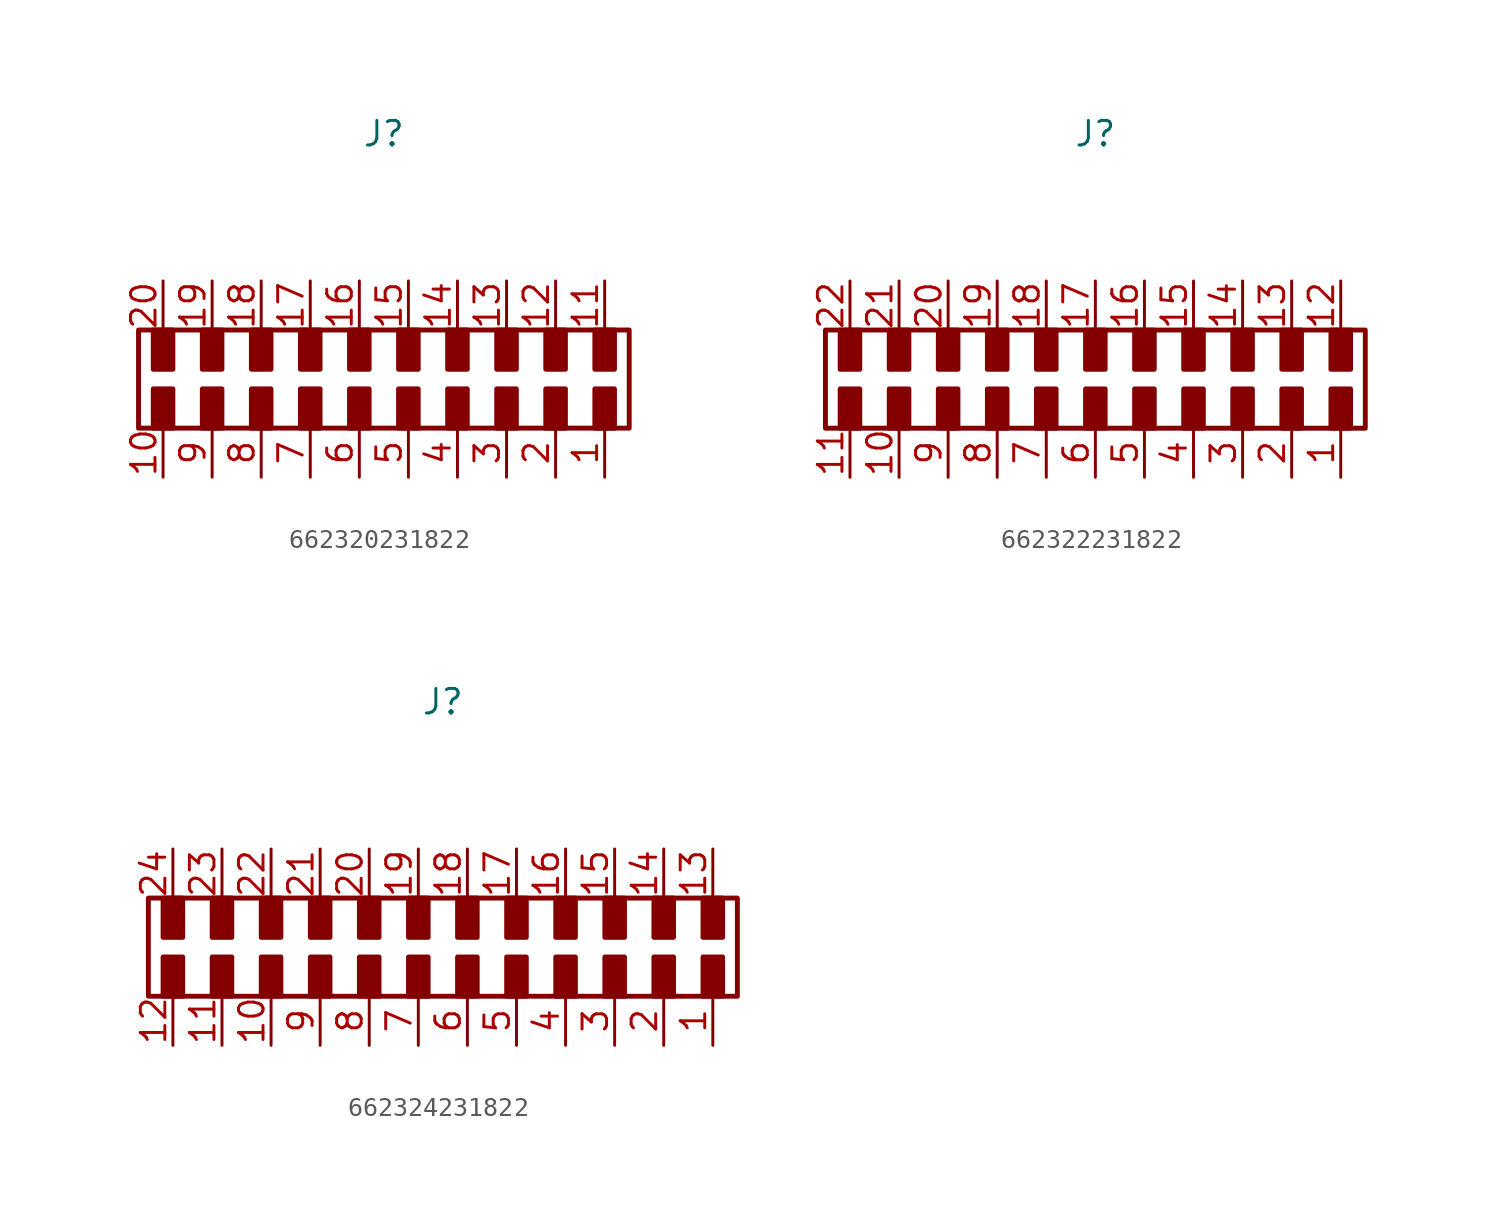
<source format=kicad_sym>
(kicad_symbol_lib
  (version 20241209)
  (generator "kicad_symbol_editor")
  (generator_version "9.0")
  (symbol "662320231822"
    (pin_names
      (hide yes))
    (property "Reference" "J"
      (at 0 12.7 0)
      (effects (font (size 1.27 1.27))))
    (symbol "662320231822_1_1"
      (rectangle (start -12.7 2.54) (end 12.7 -2.54) (stroke (width 0.254) (type solid)) (fill (type none)))
      (rectangle (start -11.938 2.54) (end -10.922 0.508) (stroke (width 0.254) (type solid)) (fill (type outline)))
      (rectangle (start -11.938 -0.508) (end -10.922 -2.54) (stroke (width 0.254) (type solid)) (fill (type outline)))
      (rectangle (start -9.398 2.54) (end -8.382 0.508) (stroke (width 0.254) (type solid)) (fill (type outline)))
      (rectangle (start -9.398 -0.508) (end -8.382 -2.54) (stroke (width 0.254) (type solid)) (fill (type outline)))
      (rectangle (start -6.858 2.54) (end -5.842 0.508) (stroke (width 0.254) (type solid)) (fill (type outline)))
      (rectangle (start -6.858 -0.508) (end -5.842 -2.54) (stroke (width 0.254) (type solid)) (fill (type outline)))
      (rectangle (start -4.318 2.54) (end -3.302 0.508) (stroke (width 0.254) (type solid)) (fill (type outline)))
      (rectangle (start -4.318 -0.508) (end -3.302 -2.54) (stroke (width 0.254) (type solid)) (fill (type outline)))
      (rectangle (start -1.778 2.54) (end -0.762 0.508) (stroke (width 0.254) (type solid)) (fill (type outline)))
      (rectangle (start -1.778 -0.508) (end -0.762 -2.54) (stroke (width 0.254) (type solid)) (fill (type outline)))
      (rectangle (start 0.762 2.54) (end 1.778 0.508) (stroke (width 0.254) (type solid)) (fill (type outline)))
      (rectangle (start 0.762 -0.508) (end 1.778 -2.54) (stroke (width 0.254) (type solid)) (fill (type outline)))
      (rectangle (start 3.302 2.54) (end 4.318 0.508) (stroke (width 0.254) (type solid)) (fill (type outline)))
      (rectangle (start 3.302 -0.508) (end 4.318 -2.54) (stroke (width 0.254) (type solid)) (fill (type outline)))
      (rectangle (start 5.842 2.54) (end 6.858 0.508) (stroke (width 0.254) (type solid)) (fill (type outline)))
      (rectangle (start 5.842 -0.508) (end 6.858 -2.54) (stroke (width 0.254) (type solid)) (fill (type outline)))
      (rectangle (start 8.382 2.54) (end 9.398 0.508) (stroke (width 0.254) (type solid)) (fill (type outline)))
      (rectangle (start 8.382 -0.508) (end 9.398 -2.54) (stroke (width 0.254) (type solid)) (fill (type outline)))
      (rectangle (start 10.922 2.54) (end 11.938 0.508) (stroke (width 0.254) (type solid)) (fill (type outline)))
      (rectangle (start 10.922 -0.508) (end 11.938 -2.54) (stroke (width 0.254) (type solid)) (fill (type outline)))
      (pin passive line (at -11.43 5.08 270) (length 2.54) (name "20" (effects (font (size 1.27 1.27)))) (number "20" (effects (font (size 1.27 1.27)))))
      (pin passive line (at -11.43 -5.08 90) (length 2.54) (name "10" (effects (font (size 1.27 1.27)))) (number "10" (effects (font (size 1.27 1.27)))))
      (pin passive line (at -8.89 5.08 270) (length 2.54) (name "19" (effects (font (size 1.27 1.27)))) (number "19" (effects (font (size 1.27 1.27)))))
      (pin passive line (at -8.89 -5.08 90) (length 2.54) (name "9" (effects (font (size 1.27 1.27)))) (number "9" (effects (font (size 1.27 1.27)))))
      (pin passive line (at -6.35 5.08 270) (length 2.54) (name "18" (effects (font (size 1.27 1.27)))) (number "18" (effects (font (size 1.27 1.27)))))
      (pin passive line (at -6.35 -5.08 90) (length 2.54) (name "8" (effects (font (size 1.27 1.27)))) (number "8" (effects (font (size 1.27 1.27)))))
      (pin passive line (at -3.81 5.08 270) (length 2.54) (name "17" (effects (font (size 1.27 1.27)))) (number "17" (effects (font (size 1.27 1.27)))))
      (pin passive line (at -3.81 -5.08 90) (length 2.54) (name "7" (effects (font (size 1.27 1.27)))) (number "7" (effects (font (size 1.27 1.27)))))
      (pin passive line (at -1.27 5.08 270) (length 2.54) (name "16" (effects (font (size 1.27 1.27)))) (number "16" (effects (font (size 1.27 1.27)))))
      (pin passive line (at -1.27 -5.08 90) (length 2.54) (name "6" (effects (font (size 1.27 1.27)))) (number "6" (effects (font (size 1.27 1.27)))))
      (pin passive line (at 1.27 5.08 270) (length 2.54) (name "15" (effects (font (size 1.27 1.27)))) (number "15" (effects (font (size 1.27 1.27)))))
      (pin passive line (at 1.27 -5.08 90) (length 2.54) (name "5" (effects (font (size 1.27 1.27)))) (number "5" (effects (font (size 1.27 1.27)))))
      (pin passive line (at 3.81 5.08 270) (length 2.54) (name "14" (effects (font (size 1.27 1.27)))) (number "14" (effects (font (size 1.27 1.27)))))
      (pin passive line (at 3.81 -5.08 90) (length 2.54) (name "4" (effects (font (size 1.27 1.27)))) (number "4" (effects (font (size 1.27 1.27)))))
      (pin passive line (at 6.35 5.08 270) (length 2.54) (name "13" (effects (font (size 1.27 1.27)))) (number "13" (effects (font (size 1.27 1.27)))))
      (pin passive line (at 6.35 -5.08 90) (length 2.54) (name "3" (effects (font (size 1.27 1.27)))) (number "3" (effects (font (size 1.27 1.27)))))
      (pin passive line (at 8.89 5.08 270) (length 2.54) (name "12" (effects (font (size 1.27 1.27)))) (number "12" (effects (font (size 1.27 1.27)))))
      (pin passive line (at 8.89 -5.08 90) (length 2.54) (name "2" (effects (font (size 1.27 1.27)))) (number "2" (effects (font (size 1.27 1.27)))))
      (pin passive line (at 11.43 5.08 270) (length 2.54) (name "11" (effects (font (size 1.27 1.27)))) (number "11" (effects (font (size 1.27 1.27)))))
      (pin passive line (at 11.43 -5.08 90) (length 2.54) (name "1" (effects (font (size 1.27 1.27)))) (number "1" (effects (font (size 1.27 1.27)))))))
  (symbol "662322231822"
    (pin_names
      (hide yes))
    (property "Reference" "J"
      (at 0 12.7 0)
      (effects (font (size 1.27 1.27))))
    (symbol "662322231822_1_1"
      (rectangle (start -13.97 2.54) (end 13.97 -2.54) (stroke (width 0.254) (type solid)) (fill (type none)))
      (rectangle (start -13.208 2.54) (end -12.192 0.508) (stroke (width 0.254) (type solid)) (fill (type outline)))
      (rectangle (start -13.208 -0.508) (end -12.192 -2.54) (stroke (width 0.254) (type solid)) (fill (type outline)))
      (rectangle (start -10.668 2.54) (end -9.652 0.508) (stroke (width 0.254) (type solid)) (fill (type outline)))
      (rectangle (start -10.668 -0.508) (end -9.652 -2.54) (stroke (width 0.254) (type solid)) (fill (type outline)))
      (rectangle (start -8.128 2.54) (end -7.112 0.508) (stroke (width 0.254) (type solid)) (fill (type outline)))
      (rectangle (start -8.128 -0.508) (end -7.112 -2.54) (stroke (width 0.254) (type solid)) (fill (type outline)))
      (rectangle (start -5.588 2.54) (end -4.572 0.508) (stroke (width 0.254) (type solid)) (fill (type outline)))
      (rectangle (start -5.588 -0.508) (end -4.572 -2.54) (stroke (width 0.254) (type solid)) (fill (type outline)))
      (rectangle (start -3.048 2.54) (end -2.032 0.508) (stroke (width 0.254) (type solid)) (fill (type outline)))
      (rectangle (start -3.048 -0.508) (end -2.032 -2.54) (stroke (width 0.254) (type solid)) (fill (type outline)))
      (rectangle (start -0.508 2.54) (end 0.508 0.508) (stroke (width 0.254) (type solid)) (fill (type outline)))
      (rectangle (start -0.508 -0.508) (end 0.508 -2.54) (stroke (width 0.254) (type solid)) (fill (type outline)))
      (rectangle (start 2.032 2.54) (end 3.048 0.508) (stroke (width 0.254) (type solid)) (fill (type outline)))
      (rectangle (start 2.032 -0.508) (end 3.048 -2.54) (stroke (width 0.254) (type solid)) (fill (type outline)))
      (rectangle (start 4.572 2.54) (end 5.588 0.508) (stroke (width 0.254) (type solid)) (fill (type outline)))
      (rectangle (start 4.572 -0.508) (end 5.588 -2.54) (stroke (width 0.254) (type solid)) (fill (type outline)))
      (rectangle (start 7.112 2.54) (end 8.128 0.508) (stroke (width 0.254) (type solid)) (fill (type outline)))
      (rectangle (start 7.112 -0.508) (end 8.128 -2.54) (stroke (width 0.254) (type solid)) (fill (type outline)))
      (rectangle (start 9.652 2.54) (end 10.668 0.508) (stroke (width 0.254) (type solid)) (fill (type outline)))
      (rectangle (start 9.652 -0.508) (end 10.668 -2.54) (stroke (width 0.254) (type solid)) (fill (type outline)))
      (rectangle (start 12.192 2.54) (end 13.208 0.508) (stroke (width 0.254) (type solid)) (fill (type outline)))
      (rectangle (start 12.192 -0.508) (end 13.208 -2.54) (stroke (width 0.254) (type solid)) (fill (type outline)))
      (pin passive line (at -12.7 5.08 270) (length 2.54) (name "22" (effects (font (size 1.27 1.27)))) (number "22" (effects (font (size 1.27 1.27)))))
      (pin passive line (at -12.7 -5.08 90) (length 2.54) (name "11" (effects (font (size 1.27 1.27)))) (number "11" (effects (font (size 1.27 1.27)))))
      (pin passive line (at -10.16 5.08 270) (length 2.54) (name "21" (effects (font (size 1.27 1.27)))) (number "21" (effects (font (size 1.27 1.27)))))
      (pin passive line (at -10.16 -5.08 90) (length 2.54) (name "10" (effects (font (size 1.27 1.27)))) (number "10" (effects (font (size 1.27 1.27)))))
      (pin passive line (at -7.62 5.08 270) (length 2.54) (name "20" (effects (font (size 1.27 1.27)))) (number "20" (effects (font (size 1.27 1.27)))))
      (pin passive line (at -7.62 -5.08 90) (length 2.54) (name "9" (effects (font (size 1.27 1.27)))) (number "9" (effects (font (size 1.27 1.27)))))
      (pin passive line (at -5.08 5.08 270) (length 2.54) (name "19" (effects (font (size 1.27 1.27)))) (number "19" (effects (font (size 1.27 1.27)))))
      (pin passive line (at -5.08 -5.08 90) (length 2.54) (name "8" (effects (font (size 1.27 1.27)))) (number "8" (effects (font (size 1.27 1.27)))))
      (pin passive line (at -2.54 5.08 270) (length 2.54) (name "18" (effects (font (size 1.27 1.27)))) (number "18" (effects (font (size 1.27 1.27)))))
      (pin passive line (at -2.54 -5.08 90) (length 2.54) (name "7" (effects (font (size 1.27 1.27)))) (number "7" (effects (font (size 1.27 1.27)))))
      (pin passive line (at 0 5.08 270) (length 2.54) (name "17" (effects (font (size 1.27 1.27)))) (number "17" (effects (font (size 1.27 1.27)))))
      (pin passive line (at 0 -5.08 90) (length 2.54) (name "6" (effects (font (size 1.27 1.27)))) (number "6" (effects (font (size 1.27 1.27)))))
      (pin passive line (at 2.54 5.08 270) (length 2.54) (name "16" (effects (font (size 1.27 1.27)))) (number "16" (effects (font (size 1.27 1.27)))))
      (pin passive line (at 2.54 -5.08 90) (length 2.54) (name "5" (effects (font (size 1.27 1.27)))) (number "5" (effects (font (size 1.27 1.27)))))
      (pin passive line (at 5.08 5.08 270) (length 2.54) (name "15" (effects (font (size 1.27 1.27)))) (number "15" (effects (font (size 1.27 1.27)))))
      (pin passive line (at 5.08 -5.08 90) (length 2.54) (name "4" (effects (font (size 1.27 1.27)))) (number "4" (effects (font (size 1.27 1.27)))))
      (pin passive line (at 7.62 5.08 270) (length 2.54) (name "14" (effects (font (size 1.27 1.27)))) (number "14" (effects (font (size 1.27 1.27)))))
      (pin passive line (at 7.62 -5.08 90) (length 2.54) (name "3" (effects (font (size 1.27 1.27)))) (number "3" (effects (font (size 1.27 1.27)))))
      (pin passive line (at 10.16 5.08 270) (length 2.54) (name "13" (effects (font (size 1.27 1.27)))) (number "13" (effects (font (size 1.27 1.27)))))
      (pin passive line (at 10.16 -5.08 90) (length 2.54) (name "2" (effects (font (size 1.27 1.27)))) (number "2" (effects (font (size 1.27 1.27)))))
      (pin passive line (at 12.7 5.08 270) (length 2.54) (name "12" (effects (font (size 1.27 1.27)))) (number "12" (effects (font (size 1.27 1.27)))))
      (pin passive line (at 12.7 -5.08 90) (length 2.54) (name "1" (effects (font (size 1.27 1.27)))) (number "1" (effects (font (size 1.27 1.27)))))))
  (symbol "662324231822"
    (pin_names
      (hide yes))
    (property "Reference" "J"
      (at 0 12.7 0)
      (effects (font (size 1.27 1.27))))
    (symbol "662324231822_1_1"
      (rectangle (start -15.24 2.54) (end 15.24 -2.54) (stroke (width 0.254) (type solid)) (fill (type none)))
      (rectangle (start -14.478 2.54) (end -13.462 0.508) (stroke (width 0.254) (type solid)) (fill (type outline)))
      (rectangle (start -14.478 -0.508) (end -13.462 -2.54) (stroke (width 0.254) (type solid)) (fill (type outline)))
      (rectangle (start -11.938 2.54) (end -10.922 0.508) (stroke (width 0.254) (type solid)) (fill (type outline)))
      (rectangle (start -11.938 -0.508) (end -10.922 -2.54) (stroke (width 0.254) (type solid)) (fill (type outline)))
      (rectangle (start -9.398 2.54) (end -8.382 0.508) (stroke (width 0.254) (type solid)) (fill (type outline)))
      (rectangle (start -9.398 -0.508) (end -8.382 -2.54) (stroke (width 0.254) (type solid)) (fill (type outline)))
      (rectangle (start -6.858 2.54) (end -5.842 0.508) (stroke (width 0.254) (type solid)) (fill (type outline)))
      (rectangle (start -6.858 -0.508) (end -5.842 -2.54) (stroke (width 0.254) (type solid)) (fill (type outline)))
      (rectangle (start -4.318 2.54) (end -3.302 0.508) (stroke (width 0.254) (type solid)) (fill (type outline)))
      (rectangle (start -4.318 -0.508) (end -3.302 -2.54) (stroke (width 0.254) (type solid)) (fill (type outline)))
      (rectangle (start -1.778 2.54) (end -0.762 0.508) (stroke (width 0.254) (type solid)) (fill (type outline)))
      (rectangle (start -1.778 -0.508) (end -0.762 -2.54) (stroke (width 0.254) (type solid)) (fill (type outline)))
      (rectangle (start 0.762 2.54) (end 1.778 0.508) (stroke (width 0.254) (type solid)) (fill (type outline)))
      (rectangle (start 0.762 -0.508) (end 1.778 -2.54) (stroke (width 0.254) (type solid)) (fill (type outline)))
      (rectangle (start 3.302 2.54) (end 4.318 0.508) (stroke (width 0.254) (type solid)) (fill (type outline)))
      (rectangle (start 3.302 -0.508) (end 4.318 -2.54) (stroke (width 0.254) (type solid)) (fill (type outline)))
      (rectangle (start 5.842 2.54) (end 6.858 0.508) (stroke (width 0.254) (type solid)) (fill (type outline)))
      (rectangle (start 5.842 -0.508) (end 6.858 -2.54) (stroke (width 0.254) (type solid)) (fill (type outline)))
      (rectangle (start 8.382 2.54) (end 9.398 0.508) (stroke (width 0.254) (type solid)) (fill (type outline)))
      (rectangle (start 8.382 -0.508) (end 9.398 -2.54) (stroke (width 0.254) (type solid)) (fill (type outline)))
      (rectangle (start 10.922 2.54) (end 11.938 0.508) (stroke (width 0.254) (type solid)) (fill (type outline)))
      (rectangle (start 10.922 -0.508) (end 11.938 -2.54) (stroke (width 0.254) (type solid)) (fill (type outline)))
      (rectangle (start 13.462 2.54) (end 14.478 0.508) (stroke (width 0.254) (type solid)) (fill (type outline)))
      (rectangle (start 13.462 -0.508) (end 14.478 -2.54) (stroke (width 0.254) (type solid)) (fill (type outline)))
      (pin passive line (at -13.97 5.08 270) (length 2.54) (name "24" (effects (font (size 1.27 1.27)))) (number "24" (effects (font (size 1.27 1.27)))))
      (pin passive line (at -13.97 -5.08 90) (length 2.54) (name "12" (effects (font (size 1.27 1.27)))) (number "12" (effects (font (size 1.27 1.27)))))
      (pin passive line (at -11.43 5.08 270) (length 2.54) (name "23" (effects (font (size 1.27 1.27)))) (number "23" (effects (font (size 1.27 1.27)))))
      (pin passive line (at -11.43 -5.08 90) (length 2.54) (name "11" (effects (font (size 1.27 1.27)))) (number "11" (effects (font (size 1.27 1.27)))))
      (pin passive line (at -8.89 5.08 270) (length 2.54) (name "22" (effects (font (size 1.27 1.27)))) (number "22" (effects (font (size 1.27 1.27)))))
      (pin passive line (at -8.89 -5.08 90) (length 2.54) (name "10" (effects (font (size 1.27 1.27)))) (number "10" (effects (font (size 1.27 1.27)))))
      (pin passive line (at -6.35 5.08 270) (length 2.54) (name "21" (effects (font (size 1.27 1.27)))) (number "21" (effects (font (size 1.27 1.27)))))
      (pin passive line (at -6.35 -5.08 90) (length 2.54) (name "9" (effects (font (size 1.27 1.27)))) (number "9" (effects (font (size 1.27 1.27)))))
      (pin passive line (at -3.81 5.08 270) (length 2.54) (name "20" (effects (font (size 1.27 1.27)))) (number "20" (effects (font (size 1.27 1.27)))))
      (pin passive line (at -3.81 -5.08 90) (length 2.54) (name "8" (effects (font (size 1.27 1.27)))) (number "8" (effects (font (size 1.27 1.27)))))
      (pin passive line (at -1.27 5.08 270) (length 2.54) (name "19" (effects (font (size 1.27 1.27)))) (number "19" (effects (font (size 1.27 1.27)))))
      (pin passive line (at -1.27 -5.08 90) (length 2.54) (name "7" (effects (font (size 1.27 1.27)))) (number "7" (effects (font (size 1.27 1.27)))))
      (pin passive line (at 1.27 5.08 270) (length 2.54) (name "18" (effects (font (size 1.27 1.27)))) (number "18" (effects (font (size 1.27 1.27)))))
      (pin passive line (at 1.27 -5.08 90) (length 2.54) (name "6" (effects (font (size 1.27 1.27)))) (number "6" (effects (font (size 1.27 1.27)))))
      (pin passive line (at 3.81 5.08 270) (length 2.54) (name "17" (effects (font (size 1.27 1.27)))) (number "17" (effects (font (size 1.27 1.27)))))
      (pin passive line (at 3.81 -5.08 90) (length 2.54) (name "5" (effects (font (size 1.27 1.27)))) (number "5" (effects (font (size 1.27 1.27)))))
      (pin passive line (at 6.35 5.08 270) (length 2.54) (name "16" (effects (font (size 1.27 1.27)))) (number "16" (effects (font (size 1.27 1.27)))))
      (pin passive line (at 6.35 -5.08 90) (length 2.54) (name "4" (effects (font (size 1.27 1.27)))) (number "4" (effects (font (size 1.27 1.27)))))
      (pin passive line (at 8.89 5.08 270) (length 2.54) (name "15" (effects (font (size 1.27 1.27)))) (number "15" (effects (font (size 1.27 1.27)))))
      (pin passive line (at 8.89 -5.08 90) (length 2.54) (name "3" (effects (font (size 1.27 1.27)))) (number "3" (effects (font (size 1.27 1.27)))))
      (pin passive line (at 11.43 5.08 270) (length 2.54) (name "14" (effects (font (size 1.27 1.27)))) (number "14" (effects (font (size 1.27 1.27)))))
      (pin passive line (at 11.43 -5.08 90) (length 2.54) (name "2" (effects (font (size 1.27 1.27)))) (number "2" (effects (font (size 1.27 1.27)))))
      (pin passive line (at 13.97 5.08 270) (length 2.54) (name "13" (effects (font (size 1.27 1.27)))) (number "13" (effects (font (size 1.27 1.27)))))
      (pin passive line (at 13.97 -5.08 90) (length 2.54) (name "1" (effects (font (size 1.27 1.27)))) (number "1" (effects (font (size 1.27 1.27))))))))
</source>
